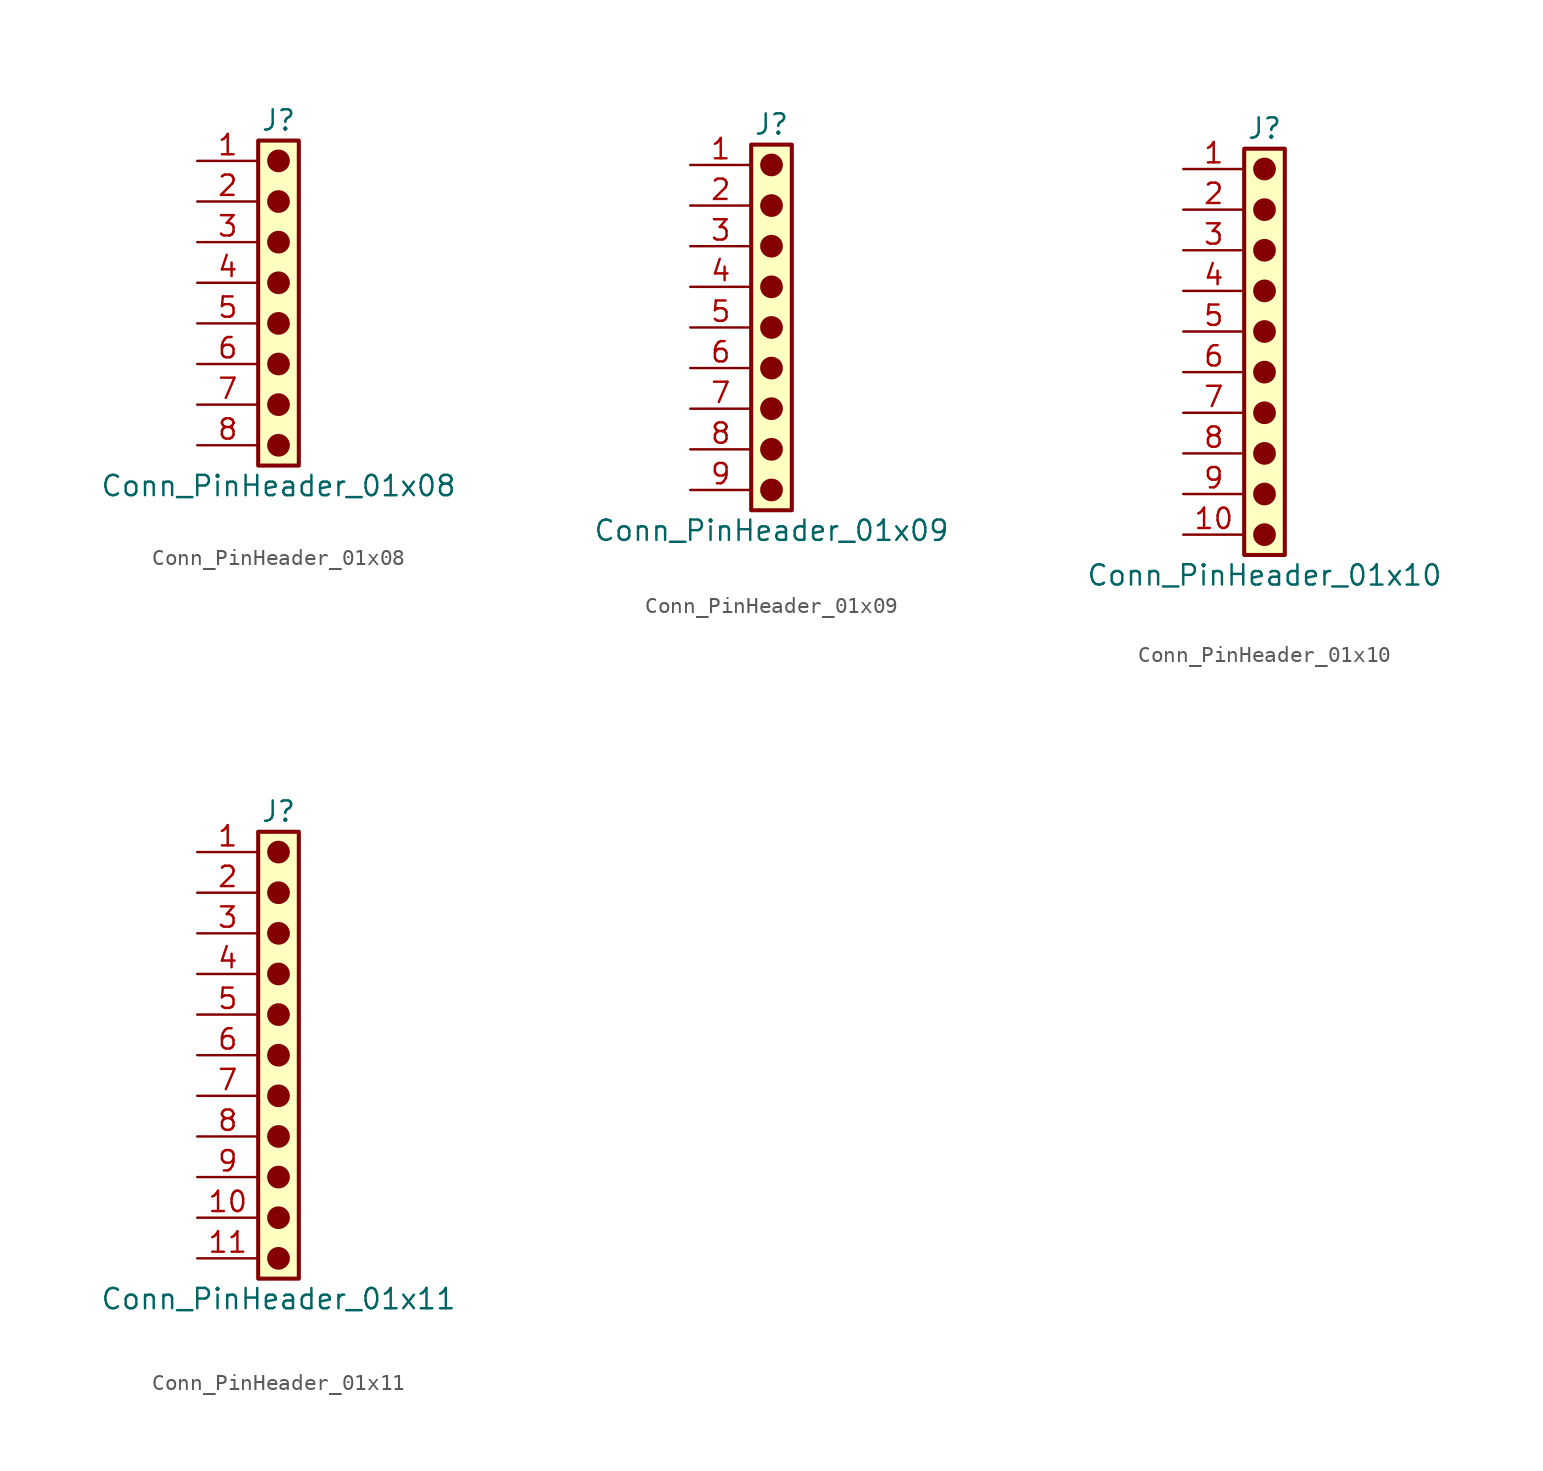
<source format=kicad_sym>
(kicad_symbol_lib
  (version 20241209)
  (generator "kicad_symbol_editor")
  (generator_version "9.0")
  (symbol "Conn_PinHeader_01x08"
    (pin_names
      (offset 1.016)
      (hide yes))
    (property "Reference" "J"
      (at 0 10.16 0)
      (effects (font (size 1.27 1.27))))
    (property "Value" "Conn_PinHeader_01x08"
      (at 0 -12.7 0)
      (effects (font (size 1.27 1.27))))
    (symbol "Conn_PinHeader_01x08_1_1"
      (rectangle (start -1.27 8.89) (end 1.27 -11.43) (stroke (width 0.254) (type default)) (fill (type background)))
      (circle (center 0 7.62) (radius 0.635) (stroke (width 0) (type solid) (color 132 0 0 1)) (fill (type outline)))
      (circle (center 0 5.08) (radius 0.635) (stroke (width 0) (type solid) (color 132 0 0 1)) (fill (type outline)))
      (circle (center 0 2.54) (radius 0.635) (stroke (width 0) (type solid) (color 132 0 0 1)) (fill (type outline)))
      (circle (center 0 0) (radius 0.635) (stroke (width 0) (type solid) (color 132 0 0 1)) (fill (type outline)))
      (circle (center 0 -2.54) (radius 0.635) (stroke (width 0) (type solid) (color 132 0 0 1)) (fill (type outline)))
      (circle (center 0 -5.08) (radius 0.635) (stroke (width 0) (type solid) (color 132 0 0 1)) (fill (type outline)))
      (circle (center 0 -7.62) (radius 0.635) (stroke (width 0) (type solid) (color 132 0 0 1)) (fill (type outline)))
      (circle (center 0 -10.16) (radius 0.635) (stroke (width 0) (type solid) (color 132 0 0 1)) (fill (type outline)))
      (pin passive line (at -5.08 7.62 0) (length 3.81) (name "Pin_1" (effects (font (size 1.27 1.27)))) (number "1" (effects (font (size 1.27 1.27)))))
      (pin passive line (at -5.08 5.08 0) (length 3.81) (name "Pin_2" (effects (font (size 1.27 1.27)))) (number "2" (effects (font (size 1.27 1.27)))))
      (pin passive line (at -5.08 2.54 0) (length 3.81) (name "Pin_3" (effects (font (size 1.27 1.27)))) (number "3" (effects (font (size 1.27 1.27)))))
      (pin passive line (at -5.08 0 0) (length 3.81) (name "Pin_4" (effects (font (size 1.27 1.27)))) (number "4" (effects (font (size 1.27 1.27)))))
      (pin passive line (at -5.08 -2.54 0) (length 3.81) (name "Pin_5" (effects (font (size 1.27 1.27)))) (number "5" (effects (font (size 1.27 1.27)))))
      (pin passive line (at -5.08 -5.08 0) (length 3.81) (name "Pin_6" (effects (font (size 1.27 1.27)))) (number "6" (effects (font (size 1.27 1.27)))))
      (pin passive line (at -5.08 -7.62 0) (length 3.81) (name "Pin_7" (effects (font (size 1.27 1.27)))) (number "7" (effects (font (size 1.27 1.27)))))
      (pin passive line (at -5.08 -10.16 0) (length 3.81) (name "Pin_8" (effects (font (size 1.27 1.27)))) (number "8" (effects (font (size 1.27 1.27)))))))
  (symbol "Conn_PinHeader_01x09"
    (pin_names
      (offset 1.016)
      (hide yes))
    (property "Reference" "J"
      (at 0 12.7 0)
      (effects (font (size 1.27 1.27))))
    (property "Value" "Conn_PinHeader_01x09"
      (at 0 -12.7 0)
      (effects (font (size 1.27 1.27))))
    (symbol "Conn_PinHeader_01x09_1_1"
      (rectangle (start -1.27 11.43) (end 1.27 -11.43) (stroke (width 0.254) (type default)) (fill (type background)))
      (circle (center 0 10.16) (radius 0.635) (stroke (width 0) (type solid) (color 132 0 0 1)) (fill (type outline)))
      (circle (center 0 7.62) (radius 0.635) (stroke (width 0) (type solid) (color 132 0 0 1)) (fill (type outline)))
      (circle (center 0 5.08) (radius 0.635) (stroke (width 0) (type solid) (color 132 0 0 1)) (fill (type outline)))
      (circle (center 0 2.54) (radius 0.635) (stroke (width 0) (type solid) (color 132 0 0 1)) (fill (type outline)))
      (circle (center 0 0) (radius 0.635) (stroke (width 0) (type solid) (color 132 0 0 1)) (fill (type outline)))
      (circle (center 0 -2.54) (radius 0.635) (stroke (width 0) (type solid) (color 132 0 0 1)) (fill (type outline)))
      (circle (center 0 -5.08) (radius 0.635) (stroke (width 0) (type solid) (color 132 0 0 1)) (fill (type outline)))
      (circle (center 0 -7.62) (radius 0.635) (stroke (width 0) (type solid) (color 132 0 0 1)) (fill (type outline)))
      (circle (center 0 -10.16) (radius 0.635) (stroke (width 0) (type solid) (color 132 0 0 1)) (fill (type outline)))
      (pin passive line (at -5.08 10.16 0) (length 3.81) (name "Pin_1" (effects (font (size 1.27 1.27)))) (number "1" (effects (font (size 1.27 1.27)))))
      (pin passive line (at -5.08 7.62 0) (length 3.81) (name "Pin_2" (effects (font (size 1.27 1.27)))) (number "2" (effects (font (size 1.27 1.27)))))
      (pin passive line (at -5.08 5.08 0) (length 3.81) (name "Pin_3" (effects (font (size 1.27 1.27)))) (number "3" (effects (font (size 1.27 1.27)))))
      (pin passive line (at -5.08 2.54 0) (length 3.81) (name "Pin_4" (effects (font (size 1.27 1.27)))) (number "4" (effects (font (size 1.27 1.27)))))
      (pin passive line (at -5.08 0 0) (length 3.81) (name "Pin_5" (effects (font (size 1.27 1.27)))) (number "5" (effects (font (size 1.27 1.27)))))
      (pin passive line (at -5.08 -2.54 0) (length 3.81) (name "Pin_6" (effects (font (size 1.27 1.27)))) (number "6" (effects (font (size 1.27 1.27)))))
      (pin passive line (at -5.08 -5.08 0) (length 3.81) (name "Pin_7" (effects (font (size 1.27 1.27)))) (number "7" (effects (font (size 1.27 1.27)))))
      (pin passive line (at -5.08 -7.62 0) (length 3.81) (name "Pin_8" (effects (font (size 1.27 1.27)))) (number "8" (effects (font (size 1.27 1.27)))))
      (pin passive line (at -5.08 -10.16 0) (length 3.81) (name "Pin_9" (effects (font (size 1.27 1.27)))) (number "9" (effects (font (size 1.27 1.27)))))))
  (symbol "Conn_PinHeader_01x10"
    (pin_names
      (offset 1.016)
      (hide yes))
    (property "Reference" "J"
      (at 0 12.7 0)
      (effects (font (size 1.27 1.27))))
    (property "Value" "Conn_PinHeader_01x10"
      (at 0 -15.24 0)
      (effects (font (size 1.27 1.27))))
    (symbol "Conn_PinHeader_01x10_1_1"
      (rectangle (start -1.27 11.43) (end 1.27 -13.97) (stroke (width 0.254) (type default)) (fill (type background)))
      (circle (center 0 10.16) (radius 0.635) (stroke (width 0) (type solid) (color 132 0 0 1)) (fill (type outline)))
      (circle (center 0 7.62) (radius 0.635) (stroke (width 0) (type solid) (color 132 0 0 1)) (fill (type outline)))
      (circle (center 0 5.08) (radius 0.635) (stroke (width 0) (type solid) (color 132 0 0 1)) (fill (type outline)))
      (circle (center 0 2.54) (radius 0.635) (stroke (width 0) (type solid) (color 132 0 0 1)) (fill (type outline)))
      (circle (center 0 0) (radius 0.635) (stroke (width 0) (type solid) (color 132 0 0 1)) (fill (type outline)))
      (circle (center 0 -2.54) (radius 0.635) (stroke (width 0) (type solid) (color 132 0 0 1)) (fill (type outline)))
      (circle (center 0 -5.08) (radius 0.635) (stroke (width 0) (type solid) (color 132 0 0 1)) (fill (type outline)))
      (circle (center 0 -7.62) (radius 0.635) (stroke (width 0) (type solid) (color 132 0 0 1)) (fill (type outline)))
      (circle (center 0 -10.16) (radius 0.635) (stroke (width 0) (type solid) (color 132 0 0 1)) (fill (type outline)))
      (circle (center 0 -12.7) (radius 0.635) (stroke (width 0) (type solid) (color 132 0 0 1)) (fill (type outline)))
      (pin passive line (at -5.08 10.16 0) (length 3.81) (name "Pin_1" (effects (font (size 1.27 1.27)))) (number "1" (effects (font (size 1.27 1.27)))))
      (pin passive line (at -5.08 7.62 0) (length 3.81) (name "Pin_2" (effects (font (size 1.27 1.27)))) (number "2" (effects (font (size 1.27 1.27)))))
      (pin passive line (at -5.08 5.08 0) (length 3.81) (name "Pin_3" (effects (font (size 1.27 1.27)))) (number "3" (effects (font (size 1.27 1.27)))))
      (pin passive line (at -5.08 2.54 0) (length 3.81) (name "Pin_4" (effects (font (size 1.27 1.27)))) (number "4" (effects (font (size 1.27 1.27)))))
      (pin passive line (at -5.08 0 0) (length 3.81) (name "Pin_5" (effects (font (size 1.27 1.27)))) (number "5" (effects (font (size 1.27 1.27)))))
      (pin passive line (at -5.08 -2.54 0) (length 3.81) (name "Pin_6" (effects (font (size 1.27 1.27)))) (number "6" (effects (font (size 1.27 1.27)))))
      (pin passive line (at -5.08 -5.08 0) (length 3.81) (name "Pin_7" (effects (font (size 1.27 1.27)))) (number "7" (effects (font (size 1.27 1.27)))))
      (pin passive line (at -5.08 -7.62 0) (length 3.81) (name "Pin_8" (effects (font (size 1.27 1.27)))) (number "8" (effects (font (size 1.27 1.27)))))
      (pin passive line (at -5.08 -10.16 0) (length 3.81) (name "Pin_9" (effects (font (size 1.27 1.27)))) (number "9" (effects (font (size 1.27 1.27)))))
      (pin passive line (at -5.08 -12.7 0) (length 3.81) (name "Pin_10" (effects (font (size 1.27 1.27)))) (number "10" (effects (font (size 1.27 1.27)))))))
  (symbol "Conn_PinHeader_01x11"
    (pin_names
      (offset 1.016)
      (hide yes))
    (property "Reference" "J"
      (at 0 15.24 0)
      (effects (font (size 1.27 1.27))))
    (property "Value" "Conn_PinHeader_01x11"
      (at 0 -15.24 0)
      (effects (font (size 1.27 1.27))))
    (symbol "Conn_PinHeader_01x11_1_1"
      (rectangle (start -1.27 13.97) (end 1.27 -13.97) (stroke (width 0.254) (type default)) (fill (type background)))
      (circle (center 0 12.7) (radius 0.635) (stroke (width 0) (type solid) (color 132 0 0 1)) (fill (type outline)))
      (circle (center 0 10.16) (radius 0.635) (stroke (width 0) (type solid) (color 132 0 0 1)) (fill (type outline)))
      (circle (center 0 7.62) (radius 0.635) (stroke (width 0) (type solid) (color 132 0 0 1)) (fill (type outline)))
      (circle (center 0 5.08) (radius 0.635) (stroke (width 0) (type solid) (color 132 0 0 1)) (fill (type outline)))
      (circle (center 0 2.54) (radius 0.635) (stroke (width 0) (type solid) (color 132 0 0 1)) (fill (type outline)))
      (circle (center 0 0) (radius 0.635) (stroke (width 0) (type solid) (color 132 0 0 1)) (fill (type outline)))
      (circle (center 0 -2.54) (radius 0.635) (stroke (width 0) (type solid) (color 132 0 0 1)) (fill (type outline)))
      (circle (center 0 -5.08) (radius 0.635) (stroke (width 0) (type solid) (color 132 0 0 1)) (fill (type outline)))
      (circle (center 0 -7.62) (radius 0.635) (stroke (width 0) (type solid) (color 132 0 0 1)) (fill (type outline)))
      (circle (center 0 -10.16) (radius 0.635) (stroke (width 0) (type solid) (color 132 0 0 1)) (fill (type outline)))
      (circle (center 0 -12.7) (radius 0.635) (stroke (width 0) (type solid) (color 132 0 0 1)) (fill (type outline)))
      (pin passive line (at -5.08 12.7 0) (length 3.81) (name "Pin_1" (effects (font (size 1.27 1.27)))) (number "1" (effects (font (size 1.27 1.27)))))
      (pin passive line (at -5.08 10.16 0) (length 3.81) (name "Pin_2" (effects (font (size 1.27 1.27)))) (number "2" (effects (font (size 1.27 1.27)))))
      (pin passive line (at -5.08 7.62 0) (length 3.81) (name "Pin_3" (effects (font (size 1.27 1.27)))) (number "3" (effects (font (size 1.27 1.27)))))
      (pin passive line (at -5.08 5.08 0) (length 3.81) (name "Pin_4" (effects (font (size 1.27 1.27)))) (number "4" (effects (font (size 1.27 1.27)))))
      (pin passive line (at -5.08 2.54 0) (length 3.81) (name "Pin_5" (effects (font (size 1.27 1.27)))) (number "5" (effects (font (size 1.27 1.27)))))
      (pin passive line (at -5.08 0 0) (length 3.81) (name "Pin_6" (effects (font (size 1.27 1.27)))) (number "6" (effects (font (size 1.27 1.27)))))
      (pin passive line (at -5.08 -2.54 0) (length 3.81) (name "Pin_7" (effects (font (size 1.27 1.27)))) (number "7" (effects (font (size 1.27 1.27)))))
      (pin passive line (at -5.08 -5.08 0) (length 3.81) (name "Pin_8" (effects (font (size 1.27 1.27)))) (number "8" (effects (font (size 1.27 1.27)))))
      (pin passive line (at -5.08 -7.62 0) (length 3.81) (name "Pin_9" (effects (font (size 1.27 1.27)))) (number "9" (effects (font (size 1.27 1.27)))))
      (pin passive line (at -5.08 -10.16 0) (length 3.81) (name "Pin_10" (effects (font (size 1.27 1.27)))) (number "10" (effects (font (size 1.27 1.27)))))
      (pin passive line (at -5.08 -12.7 0) (length 3.81) (name "Pin_11" (effects (font (size 1.27 1.27)))) (number "11" (effects (font (size 1.27 1.27))))))))
</source>
